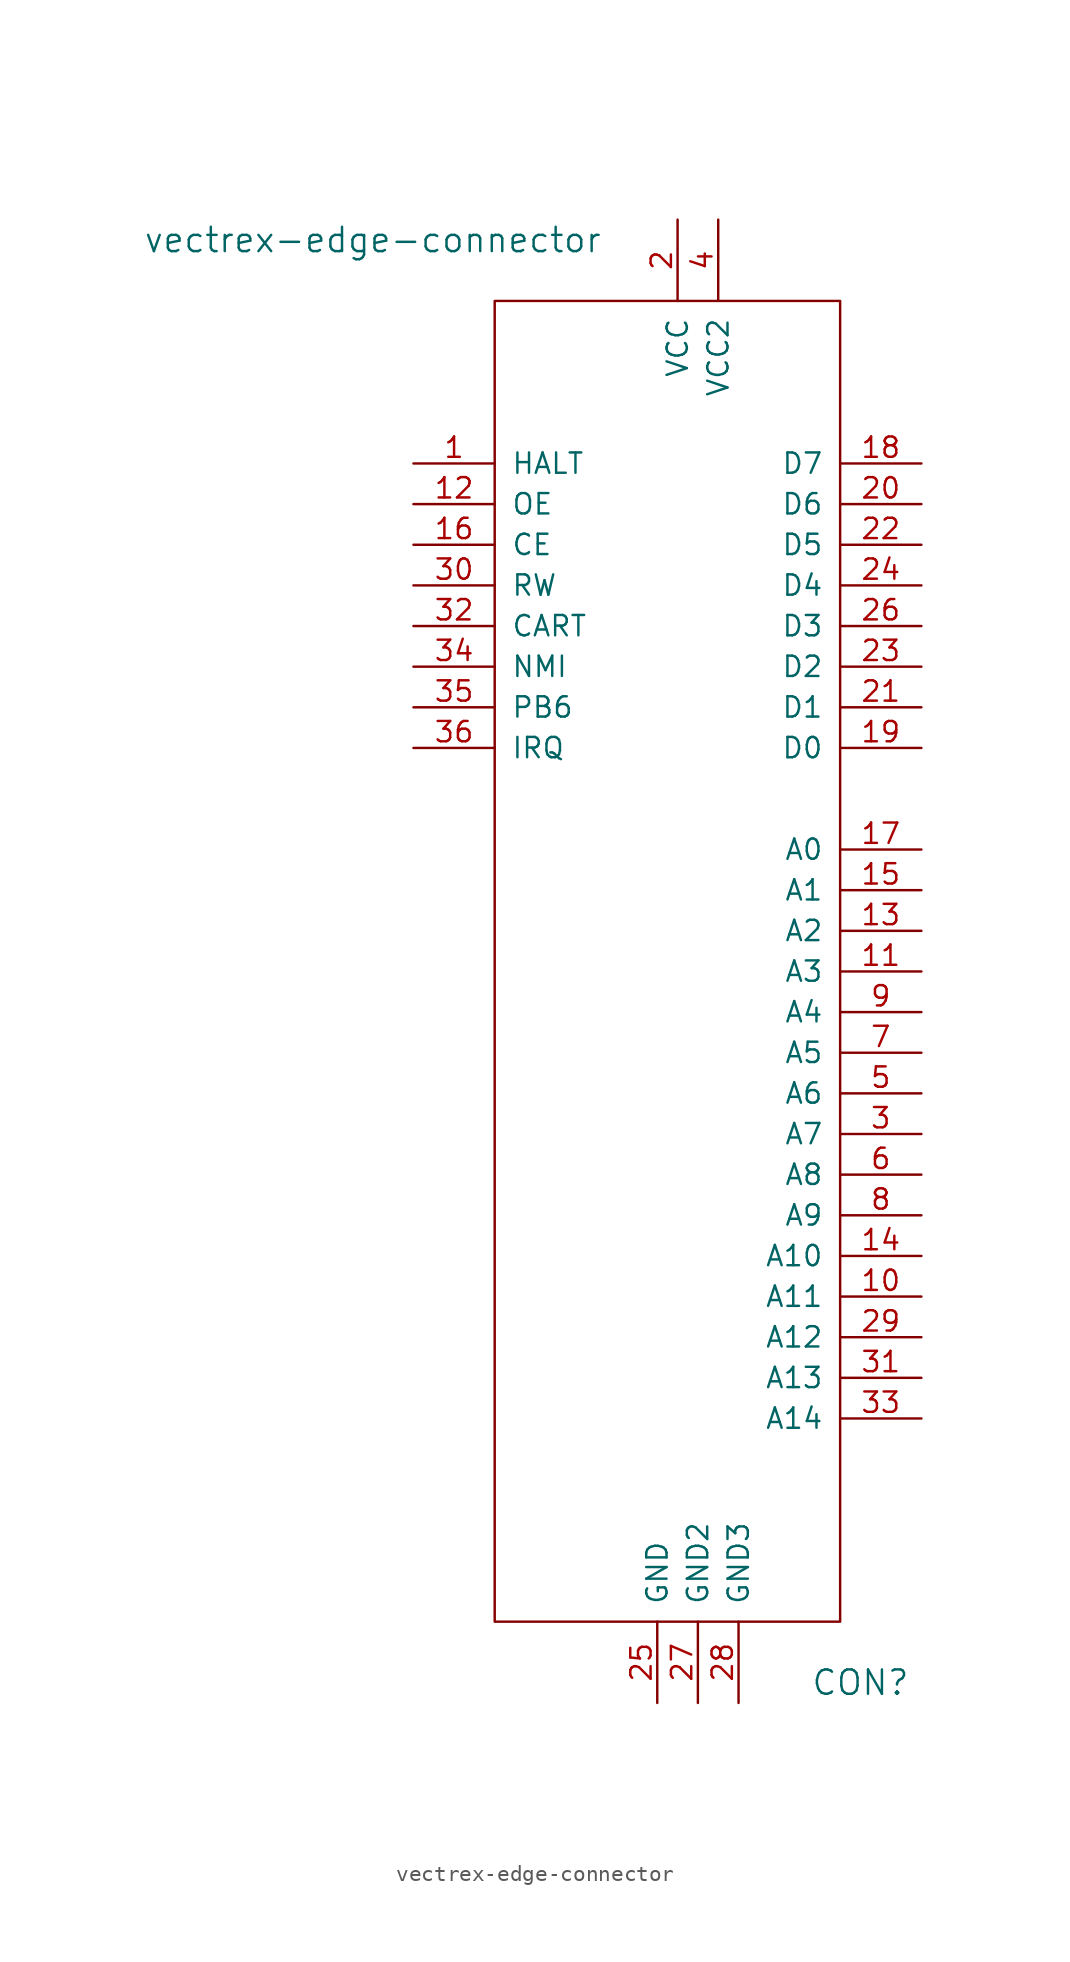
<source format=kicad_sym>
(kicad_symbol_lib
  (version 20211014)
  (generator kicad_symbol_editor)
  (symbol "vectrex-edge-connector"
    (pin_names
      (offset 1.016))
    (property "Reference" "CON"
      (at 10.16 -40.64 0)
      (effects (font (size 1.524 1.524))))
    (property "Value" "vectrex-edge-connector"
      (at -20.32 49.53 0)
      (effects (font (size 1.524 1.524))))
    (symbol "vectrex-edge-connector_0_1"
      (rectangle (start -12.7 45.72) (end 8.89 -36.83) (stroke (width 0) (type default) (color 0 0 0 0)) (fill (type none))))
    (symbol "vectrex-edge-connector_1_1"
      (pin output line (at -17.78 35.56 0) (length 5.08) (name "HALT" (effects (font (size 1.27 1.27)))) (number "1" (effects (font (size 1.27 1.27)))))
      (pin output line (at 13.97 -16.51 180) (length 5.08) (name "A11" (effects (font (size 1.27 1.27)))) (number "10" (effects (font (size 1.27 1.27)))))
      (pin output line (at 13.97 3.81 180) (length 5.08) (name "A3" (effects (font (size 1.27 1.27)))) (number "11" (effects (font (size 1.27 1.27)))))
      (pin output line (at -17.78 33.02 0) (length 5.08) (name "OE" (effects (font (size 1.27 1.27)))) (number "12" (effects (font (size 1.27 1.27)))))
      (pin output line (at 13.97 6.35 180) (length 5.08) (name "A2" (effects (font (size 1.27 1.27)))) (number "13" (effects (font (size 1.27 1.27)))))
      (pin output line (at 13.97 -13.97 180) (length 5.08) (name "A10" (effects (font (size 1.27 1.27)))) (number "14" (effects (font (size 1.27 1.27)))))
      (pin output line (at 13.97 8.89 180) (length 5.08) (name "A1" (effects (font (size 1.27 1.27)))) (number "15" (effects (font (size 1.27 1.27)))))
      (pin output line (at -17.78 30.48 0) (length 5.08) (name "CE" (effects (font (size 1.27 1.27)))) (number "16" (effects (font (size 1.27 1.27)))))
      (pin output line (at 13.97 11.43 180) (length 5.08) (name "A0" (effects (font (size 1.27 1.27)))) (number "17" (effects (font (size 1.27 1.27)))))
      (pin output line (at 13.97 35.56 180) (length 5.08) (name "D7" (effects (font (size 1.27 1.27)))) (number "18" (effects (font (size 1.27 1.27)))))
      (pin output line (at 13.97 17.78 180) (length 5.08) (name "D0" (effects (font (size 1.27 1.27)))) (number "19" (effects (font (size 1.27 1.27)))))
      (pin output line (at -1.27 50.8 270) (length 5.08) (name "VCC" (effects (font (size 1.27 1.27)))) (number "2" (effects (font (size 1.27 1.27)))))
      (pin output line (at 13.97 33.02 180) (length 5.08) (name "D6" (effects (font (size 1.27 1.27)))) (number "20" (effects (font (size 1.27 1.27)))))
      (pin output line (at 13.97 20.32 180) (length 5.08) (name "D1" (effects (font (size 1.27 1.27)))) (number "21" (effects (font (size 1.27 1.27)))))
      (pin output line (at 13.97 30.48 180) (length 5.08) (name "D5" (effects (font (size 1.27 1.27)))) (number "22" (effects (font (size 1.27 1.27)))))
      (pin output line (at 13.97 22.86 180) (length 5.08) (name "D2" (effects (font (size 1.27 1.27)))) (number "23" (effects (font (size 1.27 1.27)))))
      (pin output line (at 13.97 27.94 180) (length 5.08) (name "D4" (effects (font (size 1.27 1.27)))) (number "24" (effects (font (size 1.27 1.27)))))
      (pin output line (at -2.54 -41.91 90) (length 5.08) (name "GND" (effects (font (size 1.27 1.27)))) (number "25" (effects (font (size 1.27 1.27)))))
      (pin output line (at 13.97 25.4 180) (length 5.08) (name "D3" (effects (font (size 1.27 1.27)))) (number "26" (effects (font (size 1.27 1.27)))))
      (pin output line (at 0 -41.91 90) (length 5.08) (name "GND2" (effects (font (size 1.27 1.27)))) (number "27" (effects (font (size 1.27 1.27)))))
      (pin output line (at 2.54 -41.91 90) (length 5.08) (name "GND3" (effects (font (size 1.27 1.27)))) (number "28" (effects (font (size 1.27 1.27)))))
      (pin output line (at 13.97 -19.05 180) (length 5.08) (name "A12" (effects (font (size 1.27 1.27)))) (number "29" (effects (font (size 1.27 1.27)))))
      (pin output line (at 13.97 -6.35 180) (length 5.08) (name "A7" (effects (font (size 1.27 1.27)))) (number "3" (effects (font (size 1.27 1.27)))))
      (pin output line (at -17.78 27.94 0) (length 5.08) (name "RW" (effects (font (size 1.27 1.27)))) (number "30" (effects (font (size 1.27 1.27)))))
      (pin output line (at 13.97 -21.59 180) (length 5.08) (name "A13" (effects (font (size 1.27 1.27)))) (number "31" (effects (font (size 1.27 1.27)))))
      (pin output line (at -17.78 25.4 0) (length 5.08) (name "CART" (effects (font (size 1.27 1.27)))) (number "32" (effects (font (size 1.27 1.27)))))
      (pin output line (at 13.97 -24.13 180) (length 5.08) (name "A14" (effects (font (size 1.27 1.27)))) (number "33" (effects (font (size 1.27 1.27)))))
      (pin output line (at -17.78 22.86 0) (length 5.08) (name "NMI" (effects (font (size 1.27 1.27)))) (number "34" (effects (font (size 1.27 1.27)))))
      (pin output line (at -17.78 20.32 0) (length 5.08) (name "PB6" (effects (font (size 1.27 1.27)))) (number "35" (effects (font (size 1.27 1.27)))))
      (pin output line (at -17.78 17.78 0) (length 5.08) (name "IRQ" (effects (font (size 1.27 1.27)))) (number "36" (effects (font (size 1.27 1.27)))))
      (pin output line (at 1.27 50.8 270) (length 5.08) (name "VCC2" (effects (font (size 1.27 1.27)))) (number "4" (effects (font (size 1.27 1.27)))))
      (pin output line (at 13.97 -3.81 180) (length 5.08) (name "A6" (effects (font (size 1.27 1.27)))) (number "5" (effects (font (size 1.27 1.27)))))
      (pin output line (at 13.97 -8.89 180) (length 5.08) (name "A8" (effects (font (size 1.27 1.27)))) (number "6" (effects (font (size 1.27 1.27)))))
      (pin output line (at 13.97 -1.27 180) (length 5.08) (name "A5" (effects (font (size 1.27 1.27)))) (number "7" (effects (font (size 1.27 1.27)))))
      (pin output line (at 13.97 -11.43 180) (length 5.08) (name "A9" (effects (font (size 1.27 1.27)))) (number "8" (effects (font (size 1.27 1.27)))))
      (pin output line (at 13.97 1.27 180) (length 5.08) (name "A4" (effects (font (size 1.27 1.27)))) (number "9" (effects (font (size 1.27 1.27))))))))
</source>
